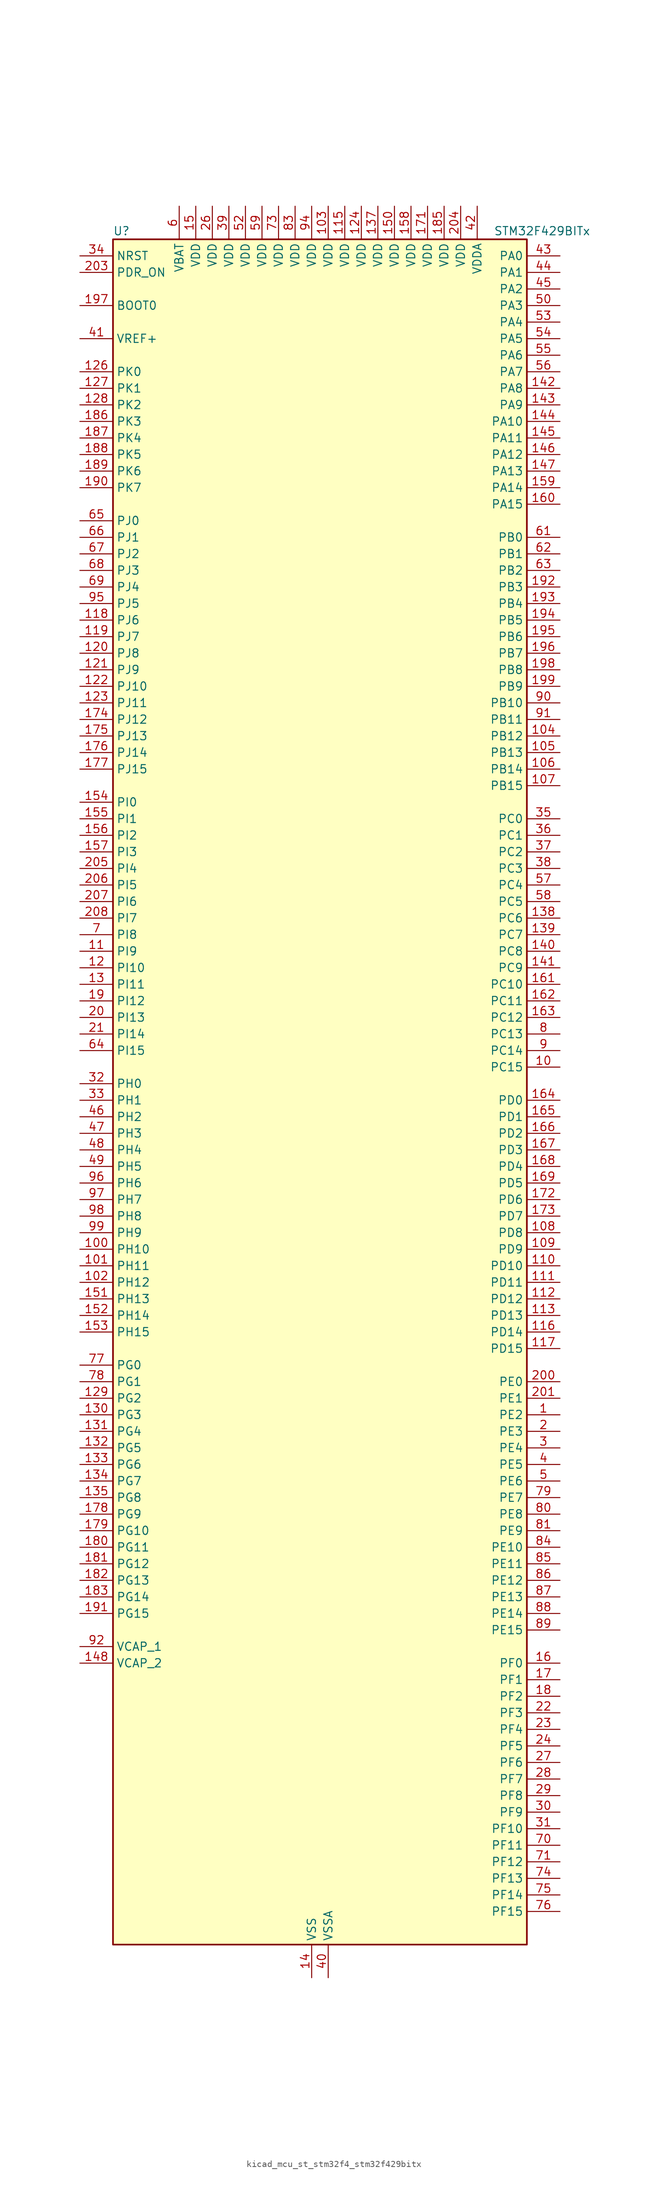
<source format=kicad_sym>
(kicad_symbol_lib
  (version 20220914)
  (generator kicad_symbol_editor)
  (symbol "kicad_mcu_st_stm32f4_stm32f429bitx"
    (property "Reference" "U"
      (at -30.48 133.35 0)
      (effects (font (size 1.27 1.27)) (justify left)))
    (property "Value" "STM32F429BITx"
      (at 27.94 133.35 0)
      (effects (font (size 1.27 1.27)) (justify left)))
    (property "ki_locked" ""
      (at 0 0 0)
      (effects (font (size 1.27 1.27))))
    (symbol "kicad_mcu_st_stm32f4_stm32f429bitx_0_1"
      (rectangle (start -30.48 -129.54) (end 33.02 132.08) (stroke (width 0.254) (type default)) (fill (type background))))
    (symbol "kicad_mcu_st_stm32f4_stm32f429bitx_1_1"
      (pin bidirectional line (at 38.1 -48.26 180) (length 5.08) (name "PE2" (effects (font (size 1.27 1.27)))) (number "1" (effects (font (size 1.27 1.27)))) (alternate "ETH_TXD3" bidirectional line) (alternate "FMC_A23" bidirectional line) (alternate "SAI1_MCLK_A" bidirectional line) (alternate "SPI4_SCK" bidirectional line) (alternate "SYS_TRACECLK" bidirectional line))
      (pin bidirectional line (at 38.1 5.08 180) (length 5.08) (name "PC15" (effects (font (size 1.27 1.27)))) (number "10" (effects (font (size 1.27 1.27)))) (alternate "ADC1_EXTI15" bidirectional line) (alternate "ADC2_EXTI15" bidirectional line) (alternate "ADC3_EXTI15" bidirectional line) (alternate "RCC_OSC32_OUT" bidirectional line))
      (pin bidirectional line (at -35.56 -22.86 0) (length 5.08) (name "PH10" (effects (font (size 1.27 1.27)))) (number "100" (effects (font (size 1.27 1.27)))) (alternate "DCMI_D1" bidirectional line) (alternate "FMC_D18" bidirectional line) (alternate "LTDC_R4" bidirectional line) (alternate "TIM5_CH1" bidirectional line))
      (pin bidirectional line (at -35.56 -25.4 0) (length 5.08) (name "PH11" (effects (font (size 1.27 1.27)))) (number "101" (effects (font (size 1.27 1.27)))) (alternate "ADC1_EXTI11" bidirectional line) (alternate "ADC2_EXTI11" bidirectional line) (alternate "ADC3_EXTI11" bidirectional line) (alternate "DCMI_D2" bidirectional line) (alternate "FMC_D19" bidirectional line) (alternate "LTDC_R5" bidirectional line) (alternate "TIM5_CH2" bidirectional line))
      (pin bidirectional line (at -35.56 -27.94 0) (length 5.08) (name "PH12" (effects (font (size 1.27 1.27)))) (number "102" (effects (font (size 1.27 1.27)))) (alternate "DCMI_D3" bidirectional line) (alternate "FMC_D20" bidirectional line) (alternate "LTDC_R6" bidirectional line) (alternate "TIM5_CH3" bidirectional line))
      (pin power_in line (at 2.54 137.16 270) (length 5.08) (name "VDD" (effects (font (size 1.27 1.27)))) (number "103" (effects (font (size 1.27 1.27)))))
      (pin bidirectional line (at 38.1 55.88 180) (length 5.08) (name "PB12" (effects (font (size 1.27 1.27)))) (number "104" (effects (font (size 1.27 1.27)))) (alternate "CAN2_RX" bidirectional line) (alternate "ETH_TXD0" bidirectional line) (alternate "I2C2_SMBA" bidirectional line) (alternate "I2S2_WS" bidirectional line) (alternate "SPI2_NSS" bidirectional line) (alternate "TIM1_BKIN" bidirectional line) (alternate "USART3_CK" bidirectional line) (alternate "USB_OTG_HS_ID" bidirectional line) (alternate "USB_OTG_HS_ULPI_D5" bidirectional line))
      (pin bidirectional line (at 38.1 53.34 180) (length 5.08) (name "PB13" (effects (font (size 1.27 1.27)))) (number "105" (effects (font (size 1.27 1.27)))) (alternate "CAN2_TX" bidirectional line) (alternate "ETH_TXD1" bidirectional line) (alternate "I2S2_CK" bidirectional line) (alternate "SPI2_SCK" bidirectional line) (alternate "TIM1_CH1N" bidirectional line) (alternate "USART3_CTS" bidirectional line) (alternate "USB_OTG_HS_ULPI_D6" bidirectional line) (alternate "USB_OTG_HS_VBUS" bidirectional line))
      (pin bidirectional line (at 38.1 50.8 180) (length 5.08) (name "PB14" (effects (font (size 1.27 1.27)))) (number "106" (effects (font (size 1.27 1.27)))) (alternate "I2S2_ext_SD" bidirectional line) (alternate "SPI2_MISO" bidirectional line) (alternate "TIM12_CH1" bidirectional line) (alternate "TIM1_CH2N" bidirectional line) (alternate "TIM8_CH2N" bidirectional line) (alternate "USART3_RTS" bidirectional line) (alternate "USB_OTG_HS_DM" bidirectional line))
      (pin bidirectional line (at 38.1 48.26 180) (length 5.08) (name "PB15" (effects (font (size 1.27 1.27)))) (number "107" (effects (font (size 1.27 1.27)))) (alternate "ADC1_EXTI15" bidirectional line) (alternate "ADC2_EXTI15" bidirectional line) (alternate "ADC3_EXTI15" bidirectional line) (alternate "I2S2_SD" bidirectional line) (alternate "RTC_REFIN" bidirectional line) (alternate "SPI2_MOSI" bidirectional line) (alternate "TIM12_CH2" bidirectional line) (alternate "TIM1_CH3N" bidirectional line) (alternate "TIM8_CH3N" bidirectional line) (alternate "USB_OTG_HS_DP" bidirectional line))
      (pin bidirectional line (at 38.1 -20.32 180) (length 5.08) (name "PD8" (effects (font (size 1.27 1.27)))) (number "108" (effects (font (size 1.27 1.27)))) (alternate "FMC_D13" bidirectional line) (alternate "FMC_DA13" bidirectional line) (alternate "USART3_TX" bidirectional line))
      (pin bidirectional line (at 38.1 -22.86 180) (length 5.08) (name "PD9" (effects (font (size 1.27 1.27)))) (number "109" (effects (font (size 1.27 1.27)))) (alternate "DAC_EXTI9" bidirectional line) (alternate "FMC_D14" bidirectional line) (alternate "FMC_DA14" bidirectional line) (alternate "USART3_RX" bidirectional line))
      (pin bidirectional line (at -35.56 22.86 0) (length 5.08) (name "PI9" (effects (font (size 1.27 1.27)))) (number "11" (effects (font (size 1.27 1.27)))) (alternate "CAN1_RX" bidirectional line) (alternate "DAC_EXTI9" bidirectional line) (alternate "FMC_D30" bidirectional line) (alternate "LTDC_VSYNC" bidirectional line))
      (pin bidirectional line (at 38.1 -25.4 180) (length 5.08) (name "PD10" (effects (font (size 1.27 1.27)))) (number "110" (effects (font (size 1.27 1.27)))) (alternate "FMC_D15" bidirectional line) (alternate "FMC_DA15" bidirectional line) (alternate "LTDC_B3" bidirectional line) (alternate "USART3_CK" bidirectional line))
      (pin bidirectional line (at 38.1 -27.94 180) (length 5.08) (name "PD11" (effects (font (size 1.27 1.27)))) (number "111" (effects (font (size 1.27 1.27)))) (alternate "ADC1_EXTI11" bidirectional line) (alternate "ADC2_EXTI11" bidirectional line) (alternate "ADC3_EXTI11" bidirectional line) (alternate "FMC_A16" bidirectional line) (alternate "FMC_CLE" bidirectional line) (alternate "USART3_CTS" bidirectional line))
      (pin bidirectional line (at 38.1 -30.48 180) (length 5.08) (name "PD12" (effects (font (size 1.27 1.27)))) (number "112" (effects (font (size 1.27 1.27)))) (alternate "FMC_A17" bidirectional line) (alternate "FMC_ALE" bidirectional line) (alternate "TIM4_CH1" bidirectional line) (alternate "USART3_RTS" bidirectional line))
      (pin bidirectional line (at 38.1 -33.02 180) (length 5.08) (name "PD13" (effects (font (size 1.27 1.27)))) (number "113" (effects (font (size 1.27 1.27)))) (alternate "FMC_A18" bidirectional line) (alternate "TIM4_CH2" bidirectional line))
      (pin passive line (at 0 -134.62 90) (length 5.08) hide (name "VSS" (effects (font (size 1.27 1.27)))) (number "114" (effects (font (size 1.27 1.27)))))
      (pin power_in line (at 5.08 137.16 270) (length 5.08) (name "VDD" (effects (font (size 1.27 1.27)))) (number "115" (effects (font (size 1.27 1.27)))))
      (pin bidirectional line (at 38.1 -35.56 180) (length 5.08) (name "PD14" (effects (font (size 1.27 1.27)))) (number "116" (effects (font (size 1.27 1.27)))) (alternate "FMC_D0" bidirectional line) (alternate "FMC_DA0" bidirectional line) (alternate "TIM4_CH3" bidirectional line))
      (pin bidirectional line (at 38.1 -38.1 180) (length 5.08) (name "PD15" (effects (font (size 1.27 1.27)))) (number "117" (effects (font (size 1.27 1.27)))) (alternate "ADC1_EXTI15" bidirectional line) (alternate "ADC2_EXTI15" bidirectional line) (alternate "ADC3_EXTI15" bidirectional line) (alternate "FMC_D1" bidirectional line) (alternate "FMC_DA1" bidirectional line) (alternate "TIM4_CH4" bidirectional line))
      (pin bidirectional line (at -35.56 73.66 0) (length 5.08) (name "PJ6" (effects (font (size 1.27 1.27)))) (number "118" (effects (font (size 1.27 1.27)))) (alternate "LTDC_R7" bidirectional line))
      (pin bidirectional line (at -35.56 71.12 0) (length 5.08) (name "PJ7" (effects (font (size 1.27 1.27)))) (number "119" (effects (font (size 1.27 1.27)))) (alternate "LTDC_G0" bidirectional line))
      (pin bidirectional line (at -35.56 20.32 0) (length 5.08) (name "PI10" (effects (font (size 1.27 1.27)))) (number "12" (effects (font (size 1.27 1.27)))) (alternate "ETH_RX_ER" bidirectional line) (alternate "FMC_D31" bidirectional line) (alternate "LTDC_HSYNC" bidirectional line))
      (pin bidirectional line (at -35.56 68.58 0) (length 5.08) (name "PJ8" (effects (font (size 1.27 1.27)))) (number "120" (effects (font (size 1.27 1.27)))) (alternate "LTDC_G1" bidirectional line))
      (pin bidirectional line (at -35.56 66.04 0) (length 5.08) (name "PJ9" (effects (font (size 1.27 1.27)))) (number "121" (effects (font (size 1.27 1.27)))) (alternate "DAC_EXTI9" bidirectional line) (alternate "LTDC_G2" bidirectional line))
      (pin bidirectional line (at -35.56 63.5 0) (length 5.08) (name "PJ10" (effects (font (size 1.27 1.27)))) (number "122" (effects (font (size 1.27 1.27)))) (alternate "LTDC_G3" bidirectional line))
      (pin bidirectional line (at -35.56 60.96 0) (length 5.08) (name "PJ11" (effects (font (size 1.27 1.27)))) (number "123" (effects (font (size 1.27 1.27)))) (alternate "ADC1_EXTI11" bidirectional line) (alternate "ADC2_EXTI11" bidirectional line) (alternate "ADC3_EXTI11" bidirectional line) (alternate "LTDC_G4" bidirectional line))
      (pin power_in line (at 7.62 137.16 270) (length 5.08) (name "VDD" (effects (font (size 1.27 1.27)))) (number "124" (effects (font (size 1.27 1.27)))))
      (pin passive line (at 0 -134.62 90) (length 5.08) hide (name "VSS" (effects (font (size 1.27 1.27)))) (number "125" (effects (font (size 1.27 1.27)))))
      (pin bidirectional line (at -35.56 111.76 0) (length 5.08) (name "PK0" (effects (font (size 1.27 1.27)))) (number "126" (effects (font (size 1.27 1.27)))) (alternate "LTDC_G5" bidirectional line))
      (pin bidirectional line (at -35.56 109.22 0) (length 5.08) (name "PK1" (effects (font (size 1.27 1.27)))) (number "127" (effects (font (size 1.27 1.27)))) (alternate "LTDC_G6" bidirectional line))
      (pin bidirectional line (at -35.56 106.68 0) (length 5.08) (name "PK2" (effects (font (size 1.27 1.27)))) (number "128" (effects (font (size 1.27 1.27)))) (alternate "LTDC_G7" bidirectional line))
      (pin bidirectional line (at -35.56 -45.72 0) (length 5.08) (name "PG2" (effects (font (size 1.27 1.27)))) (number "129" (effects (font (size 1.27 1.27)))) (alternate "FMC_A12" bidirectional line))
      (pin bidirectional line (at -35.56 17.78 0) (length 5.08) (name "PI11" (effects (font (size 1.27 1.27)))) (number "13" (effects (font (size 1.27 1.27)))) (alternate "ADC1_EXTI11" bidirectional line) (alternate "ADC2_EXTI11" bidirectional line) (alternate "ADC3_EXTI11" bidirectional line) (alternate "USB_OTG_HS_ULPI_DIR" bidirectional line))
      (pin bidirectional line (at -35.56 -48.26 0) (length 5.08) (name "PG3" (effects (font (size 1.27 1.27)))) (number "130" (effects (font (size 1.27 1.27)))) (alternate "FMC_A13" bidirectional line))
      (pin bidirectional line (at -35.56 -50.8 0) (length 5.08) (name "PG4" (effects (font (size 1.27 1.27)))) (number "131" (effects (font (size 1.27 1.27)))) (alternate "FMC_A14" bidirectional line) (alternate "FMC_BA0" bidirectional line))
      (pin bidirectional line (at -35.56 -53.34 0) (length 5.08) (name "PG5" (effects (font (size 1.27 1.27)))) (number "132" (effects (font (size 1.27 1.27)))) (alternate "FMC_A15" bidirectional line) (alternate "FMC_BA1" bidirectional line))
      (pin bidirectional line (at -35.56 -55.88 0) (length 5.08) (name "PG6" (effects (font (size 1.27 1.27)))) (number "133" (effects (font (size 1.27 1.27)))) (alternate "DCMI_D12" bidirectional line) (alternate "FMC_INT2" bidirectional line) (alternate "LTDC_R7" bidirectional line))
      (pin bidirectional line (at -35.56 -58.42 0) (length 5.08) (name "PG7" (effects (font (size 1.27 1.27)))) (number "134" (effects (font (size 1.27 1.27)))) (alternate "DCMI_D13" bidirectional line) (alternate "FMC_INT3" bidirectional line) (alternate "LTDC_CLK" bidirectional line) (alternate "USART6_CK" bidirectional line))
      (pin bidirectional line (at -35.56 -60.96 0) (length 5.08) (name "PG8" (effects (font (size 1.27 1.27)))) (number "135" (effects (font (size 1.27 1.27)))) (alternate "ETH_PPS_OUT" bidirectional line) (alternate "FMC_SDCLK" bidirectional line) (alternate "SPI6_NSS" bidirectional line) (alternate "USART6_RTS" bidirectional line))
      (pin passive line (at 0 -134.62 90) (length 5.08) hide (name "VSS" (effects (font (size 1.27 1.27)))) (number "136" (effects (font (size 1.27 1.27)))))
      (pin power_in line (at 10.16 137.16 270) (length 5.08) (name "VDD" (effects (font (size 1.27 1.27)))) (number "137" (effects (font (size 1.27 1.27)))))
      (pin bidirectional line (at 38.1 27.94 180) (length 5.08) (name "PC6" (effects (font (size 1.27 1.27)))) (number "138" (effects (font (size 1.27 1.27)))) (alternate "DCMI_D0" bidirectional line) (alternate "I2S2_MCK" bidirectional line) (alternate "LTDC_HSYNC" bidirectional line) (alternate "SDIO_D6" bidirectional line) (alternate "TIM3_CH1" bidirectional line) (alternate "TIM8_CH1" bidirectional line) (alternate "USART6_TX" bidirectional line))
      (pin bidirectional line (at 38.1 25.4 180) (length 5.08) (name "PC7" (effects (font (size 1.27 1.27)))) (number "139" (effects (font (size 1.27 1.27)))) (alternate "DCMI_D1" bidirectional line) (alternate "I2S3_MCK" bidirectional line) (alternate "LTDC_G6" bidirectional line) (alternate "SDIO_D7" bidirectional line) (alternate "TIM3_CH2" bidirectional line) (alternate "TIM8_CH2" bidirectional line) (alternate "USART6_RX" bidirectional line))
      (pin power_in line (at 0 -134.62 90) (length 5.08) (name "VSS" (effects (font (size 1.27 1.27)))) (number "14" (effects (font (size 1.27 1.27)))))
      (pin bidirectional line (at 38.1 22.86 180) (length 5.08) (name "PC8" (effects (font (size 1.27 1.27)))) (number "140" (effects (font (size 1.27 1.27)))) (alternate "DCMI_D2" bidirectional line) (alternate "SDIO_D0" bidirectional line) (alternate "TIM3_CH3" bidirectional line) (alternate "TIM8_CH3" bidirectional line) (alternate "USART6_CK" bidirectional line))
      (pin bidirectional line (at 38.1 20.32 180) (length 5.08) (name "PC9" (effects (font (size 1.27 1.27)))) (number "141" (effects (font (size 1.27 1.27)))) (alternate "DAC_EXTI9" bidirectional line) (alternate "DCMI_D3" bidirectional line) (alternate "I2C3_SDA" bidirectional line) (alternate "I2S_CKIN" bidirectional line) (alternate "RCC_MCO_2" bidirectional line) (alternate "SDIO_D1" bidirectional line) (alternate "TIM3_CH4" bidirectional line) (alternate "TIM8_CH4" bidirectional line))
      (pin bidirectional line (at 38.1 109.22 180) (length 5.08) (name "PA8" (effects (font (size 1.27 1.27)))) (number "142" (effects (font (size 1.27 1.27)))) (alternate "I2C3_SCL" bidirectional line) (alternate "LTDC_R6" bidirectional line) (alternate "RCC_MCO_1" bidirectional line) (alternate "TIM1_CH1" bidirectional line) (alternate "USART1_CK" bidirectional line) (alternate "USB_OTG_FS_SOF" bidirectional line))
      (pin bidirectional line (at 38.1 106.68 180) (length 5.08) (name "PA9" (effects (font (size 1.27 1.27)))) (number "143" (effects (font (size 1.27 1.27)))) (alternate "DAC_EXTI9" bidirectional line) (alternate "DCMI_D0" bidirectional line) (alternate "I2C3_SMBA" bidirectional line) (alternate "TIM1_CH2" bidirectional line) (alternate "USART1_TX" bidirectional line) (alternate "USB_OTG_FS_VBUS" bidirectional line))
      (pin bidirectional line (at 38.1 104.14 180) (length 5.08) (name "PA10" (effects (font (size 1.27 1.27)))) (number "144" (effects (font (size 1.27 1.27)))) (alternate "DCMI_D1" bidirectional line) (alternate "TIM1_CH3" bidirectional line) (alternate "USART1_RX" bidirectional line) (alternate "USB_OTG_FS_ID" bidirectional line))
      (pin bidirectional line (at 38.1 101.6 180) (length 5.08) (name "PA11" (effects (font (size 1.27 1.27)))) (number "145" (effects (font (size 1.27 1.27)))) (alternate "ADC1_EXTI11" bidirectional line) (alternate "ADC2_EXTI11" bidirectional line) (alternate "ADC3_EXTI11" bidirectional line) (alternate "CAN1_RX" bidirectional line) (alternate "LTDC_R4" bidirectional line) (alternate "TIM1_CH4" bidirectional line) (alternate "USART1_CTS" bidirectional line) (alternate "USB_OTG_FS_DM" bidirectional line))
      (pin bidirectional line (at 38.1 99.06 180) (length 5.08) (name "PA12" (effects (font (size 1.27 1.27)))) (number "146" (effects (font (size 1.27 1.27)))) (alternate "CAN1_TX" bidirectional line) (alternate "LTDC_R5" bidirectional line) (alternate "TIM1_ETR" bidirectional line) (alternate "USART1_RTS" bidirectional line) (alternate "USB_OTG_FS_DP" bidirectional line))
      (pin bidirectional line (at 38.1 96.52 180) (length 5.08) (name "PA13" (effects (font (size 1.27 1.27)))) (number "147" (effects (font (size 1.27 1.27)))) (alternate "SYS_JTMS-SWDIO" bidirectional line))
      (pin power_out line (at -35.56 -86.36 0) (length 5.08) (name "VCAP_2" (effects (font (size 1.27 1.27)))) (number "148" (effects (font (size 1.27 1.27)))))
      (pin passive line (at 0 -134.62 90) (length 5.08) hide (name "VSS" (effects (font (size 1.27 1.27)))) (number "149" (effects (font (size 1.27 1.27)))))
      (pin power_in line (at -17.78 137.16 270) (length 5.08) (name "VDD" (effects (font (size 1.27 1.27)))) (number "15" (effects (font (size 1.27 1.27)))))
      (pin power_in line (at 12.7 137.16 270) (length 5.08) (name "VDD" (effects (font (size 1.27 1.27)))) (number "150" (effects (font (size 1.27 1.27)))))
      (pin bidirectional line (at -35.56 -30.48 0) (length 5.08) (name "PH13" (effects (font (size 1.27 1.27)))) (number "151" (effects (font (size 1.27 1.27)))) (alternate "CAN1_TX" bidirectional line) (alternate "FMC_D21" bidirectional line) (alternate "LTDC_G2" bidirectional line) (alternate "TIM8_CH1N" bidirectional line))
      (pin bidirectional line (at -35.56 -33.02 0) (length 5.08) (name "PH14" (effects (font (size 1.27 1.27)))) (number "152" (effects (font (size 1.27 1.27)))) (alternate "DCMI_D4" bidirectional line) (alternate "FMC_D22" bidirectional line) (alternate "LTDC_G3" bidirectional line) (alternate "TIM8_CH2N" bidirectional line))
      (pin bidirectional line (at -35.56 -35.56 0) (length 5.08) (name "PH15" (effects (font (size 1.27 1.27)))) (number "153" (effects (font (size 1.27 1.27)))) (alternate "ADC1_EXTI15" bidirectional line) (alternate "ADC2_EXTI15" bidirectional line) (alternate "ADC3_EXTI15" bidirectional line) (alternate "DCMI_D11" bidirectional line) (alternate "FMC_D23" bidirectional line) (alternate "LTDC_G4" bidirectional line) (alternate "TIM8_CH3N" bidirectional line))
      (pin bidirectional line (at -35.56 45.72 0) (length 5.08) (name "PI0" (effects (font (size 1.27 1.27)))) (number "154" (effects (font (size 1.27 1.27)))) (alternate "DCMI_D13" bidirectional line) (alternate "FMC_D24" bidirectional line) (alternate "I2S2_WS" bidirectional line) (alternate "LTDC_G5" bidirectional line) (alternate "SPI2_NSS" bidirectional line) (alternate "TIM5_CH4" bidirectional line))
      (pin bidirectional line (at -35.56 43.18 0) (length 5.08) (name "PI1" (effects (font (size 1.27 1.27)))) (number "155" (effects (font (size 1.27 1.27)))) (alternate "DCMI_D8" bidirectional line) (alternate "FMC_D25" bidirectional line) (alternate "I2S2_CK" bidirectional line) (alternate "LTDC_G6" bidirectional line) (alternate "SPI2_SCK" bidirectional line))
      (pin bidirectional line (at -35.56 40.64 0) (length 5.08) (name "PI2" (effects (font (size 1.27 1.27)))) (number "156" (effects (font (size 1.27 1.27)))) (alternate "DCMI_D9" bidirectional line) (alternate "FMC_D26" bidirectional line) (alternate "I2S2_ext_SD" bidirectional line) (alternate "LTDC_G7" bidirectional line) (alternate "SPI2_MISO" bidirectional line) (alternate "TIM8_CH4" bidirectional line))
      (pin bidirectional line (at -35.56 38.1 0) (length 5.08) (name "PI3" (effects (font (size 1.27 1.27)))) (number "157" (effects (font (size 1.27 1.27)))) (alternate "DCMI_D10" bidirectional line) (alternate "FMC_D27" bidirectional line) (alternate "I2S2_SD" bidirectional line) (alternate "SPI2_MOSI" bidirectional line) (alternate "TIM8_ETR" bidirectional line))
      (pin power_in line (at 15.24 137.16 270) (length 5.08) (name "VDD" (effects (font (size 1.27 1.27)))) (number "158" (effects (font (size 1.27 1.27)))))
      (pin bidirectional line (at 38.1 93.98 180) (length 5.08) (name "PA14" (effects (font (size 1.27 1.27)))) (number "159" (effects (font (size 1.27 1.27)))) (alternate "SYS_JTCK-SWCLK" bidirectional line))
      (pin bidirectional line (at 38.1 -86.36 180) (length 5.08) (name "PF0" (effects (font (size 1.27 1.27)))) (number "16" (effects (font (size 1.27 1.27)))) (alternate "FMC_A0" bidirectional line) (alternate "I2C2_SDA" bidirectional line))
      (pin bidirectional line (at 38.1 91.44 180) (length 5.08) (name "PA15" (effects (font (size 1.27 1.27)))) (number "160" (effects (font (size 1.27 1.27)))) (alternate "ADC1_EXTI15" bidirectional line) (alternate "ADC2_EXTI15" bidirectional line) (alternate "ADC3_EXTI15" bidirectional line) (alternate "I2S3_WS" bidirectional line) (alternate "SPI1_NSS" bidirectional line) (alternate "SPI3_NSS" bidirectional line) (alternate "SYS_JTDI" bidirectional line) (alternate "TIM2_CH1" bidirectional line) (alternate "TIM2_ETR" bidirectional line))
      (pin bidirectional line (at 38.1 17.78 180) (length 5.08) (name "PC10" (effects (font (size 1.27 1.27)))) (number "161" (effects (font (size 1.27 1.27)))) (alternate "DCMI_D8" bidirectional line) (alternate "I2S3_CK" bidirectional line) (alternate "LTDC_R2" bidirectional line) (alternate "SDIO_D2" bidirectional line) (alternate "SPI3_SCK" bidirectional line) (alternate "UART4_TX" bidirectional line) (alternate "USART3_TX" bidirectional line))
      (pin bidirectional line (at 38.1 15.24 180) (length 5.08) (name "PC11" (effects (font (size 1.27 1.27)))) (number "162" (effects (font (size 1.27 1.27)))) (alternate "ADC1_EXTI11" bidirectional line) (alternate "ADC2_EXTI11" bidirectional line) (alternate "ADC3_EXTI11" bidirectional line) (alternate "DCMI_D4" bidirectional line) (alternate "I2S3_ext_SD" bidirectional line) (alternate "SDIO_D3" bidirectional line) (alternate "SPI3_MISO" bidirectional line) (alternate "UART4_RX" bidirectional line) (alternate "USART3_RX" bidirectional line))
      (pin bidirectional line (at 38.1 12.7 180) (length 5.08) (name "PC12" (effects (font (size 1.27 1.27)))) (number "163" (effects (font (size 1.27 1.27)))) (alternate "DCMI_D9" bidirectional line) (alternate "I2S3_SD" bidirectional line) (alternate "SDIO_CK" bidirectional line) (alternate "SPI3_MOSI" bidirectional line) (alternate "UART5_TX" bidirectional line) (alternate "USART3_CK" bidirectional line))
      (pin bidirectional line (at 38.1 0 180) (length 5.08) (name "PD0" (effects (font (size 1.27 1.27)))) (number "164" (effects (font (size 1.27 1.27)))) (alternate "CAN1_RX" bidirectional line) (alternate "FMC_D2" bidirectional line) (alternate "FMC_DA2" bidirectional line))
      (pin bidirectional line (at 38.1 -2.54 180) (length 5.08) (name "PD1" (effects (font (size 1.27 1.27)))) (number "165" (effects (font (size 1.27 1.27)))) (alternate "CAN1_TX" bidirectional line) (alternate "FMC_D3" bidirectional line) (alternate "FMC_DA3" bidirectional line))
      (pin bidirectional line (at 38.1 -5.08 180) (length 5.08) (name "PD2" (effects (font (size 1.27 1.27)))) (number "166" (effects (font (size 1.27 1.27)))) (alternate "DCMI_D11" bidirectional line) (alternate "SDIO_CMD" bidirectional line) (alternate "TIM3_ETR" bidirectional line) (alternate "UART5_RX" bidirectional line))
      (pin bidirectional line (at 38.1 -7.62 180) (length 5.08) (name "PD3" (effects (font (size 1.27 1.27)))) (number "167" (effects (font (size 1.27 1.27)))) (alternate "DCMI_D5" bidirectional line) (alternate "FMC_CLK" bidirectional line) (alternate "I2S2_CK" bidirectional line) (alternate "LTDC_G7" bidirectional line) (alternate "SPI2_SCK" bidirectional line) (alternate "USART2_CTS" bidirectional line))
      (pin bidirectional line (at 38.1 -10.16 180) (length 5.08) (name "PD4" (effects (font (size 1.27 1.27)))) (number "168" (effects (font (size 1.27 1.27)))) (alternate "FMC_NOE" bidirectional line) (alternate "USART2_RTS" bidirectional line))
      (pin bidirectional line (at 38.1 -12.7 180) (length 5.08) (name "PD5" (effects (font (size 1.27 1.27)))) (number "169" (effects (font (size 1.27 1.27)))) (alternate "FMC_NWE" bidirectional line) (alternate "USART2_TX" bidirectional line))
      (pin bidirectional line (at 38.1 -88.9 180) (length 5.08) (name "PF1" (effects (font (size 1.27 1.27)))) (number "17" (effects (font (size 1.27 1.27)))) (alternate "FMC_A1" bidirectional line) (alternate "I2C2_SCL" bidirectional line))
      (pin passive line (at 0 -134.62 90) (length 5.08) hide (name "VSS" (effects (font (size 1.27 1.27)))) (number "170" (effects (font (size 1.27 1.27)))))
      (pin power_in line (at 17.78 137.16 270) (length 5.08) (name "VDD" (effects (font (size 1.27 1.27)))) (number "171" (effects (font (size 1.27 1.27)))))
      (pin bidirectional line (at 38.1 -15.24 180) (length 5.08) (name "PD6" (effects (font (size 1.27 1.27)))) (number "172" (effects (font (size 1.27 1.27)))) (alternate "DCMI_D10" bidirectional line) (alternate "FMC_NWAIT" bidirectional line) (alternate "I2S3_SD" bidirectional line) (alternate "LTDC_B2" bidirectional line) (alternate "SAI1_SD_A" bidirectional line) (alternate "SPI3_MOSI" bidirectional line) (alternate "USART2_RX" bidirectional line))
      (pin bidirectional line (at 38.1 -17.78 180) (length 5.08) (name "PD7" (effects (font (size 1.27 1.27)))) (number "173" (effects (font (size 1.27 1.27)))) (alternate "FMC_NCE2" bidirectional line) (alternate "FMC_NE1" bidirectional line) (alternate "USART2_CK" bidirectional line))
      (pin bidirectional line (at -35.56 58.42 0) (length 5.08) (name "PJ12" (effects (font (size 1.27 1.27)))) (number "174" (effects (font (size 1.27 1.27)))) (alternate "LTDC_B0" bidirectional line))
      (pin bidirectional line (at -35.56 55.88 0) (length 5.08) (name "PJ13" (effects (font (size 1.27 1.27)))) (number "175" (effects (font (size 1.27 1.27)))) (alternate "LTDC_B1" bidirectional line))
      (pin bidirectional line (at -35.56 53.34 0) (length 5.08) (name "PJ14" (effects (font (size 1.27 1.27)))) (number "176" (effects (font (size 1.27 1.27)))) (alternate "LTDC_B2" bidirectional line))
      (pin bidirectional line (at -35.56 50.8 0) (length 5.08) (name "PJ15" (effects (font (size 1.27 1.27)))) (number "177" (effects (font (size 1.27 1.27)))) (alternate "ADC1_EXTI15" bidirectional line) (alternate "ADC2_EXTI15" bidirectional line) (alternate "ADC3_EXTI15" bidirectional line) (alternate "LTDC_B3" bidirectional line))
      (pin bidirectional line (at -35.56 -63.5 0) (length 5.08) (name "PG9" (effects (font (size 1.27 1.27)))) (number "178" (effects (font (size 1.27 1.27)))) (alternate "DAC_EXTI9" bidirectional line) (alternate "DCMI_VSYNC" bidirectional line) (alternate "FMC_NCE3" bidirectional line) (alternate "FMC_NE2" bidirectional line) (alternate "USART6_RX" bidirectional line))
      (pin bidirectional line (at -35.56 -66.04 0) (length 5.08) (name "PG10" (effects (font (size 1.27 1.27)))) (number "179" (effects (font (size 1.27 1.27)))) (alternate "DCMI_D2" bidirectional line) (alternate "FMC_NCE4_1" bidirectional line) (alternate "FMC_NE3" bidirectional line) (alternate "LTDC_B2" bidirectional line) (alternate "LTDC_G3" bidirectional line))
      (pin bidirectional line (at 38.1 -91.44 180) (length 5.08) (name "PF2" (effects (font (size 1.27 1.27)))) (number "18" (effects (font (size 1.27 1.27)))) (alternate "FMC_A2" bidirectional line) (alternate "I2C2_SMBA" bidirectional line))
      (pin bidirectional line (at -35.56 -68.58 0) (length 5.08) (name "PG11" (effects (font (size 1.27 1.27)))) (number "180" (effects (font (size 1.27 1.27)))) (alternate "ADC1_EXTI11" bidirectional line) (alternate "ADC2_EXTI11" bidirectional line) (alternate "ADC3_EXTI11" bidirectional line) (alternate "DCMI_D3" bidirectional line) (alternate "ETH_TX_EN" bidirectional line) (alternate "FMC_NCE4_2" bidirectional line) (alternate "LTDC_B3" bidirectional line))
      (pin bidirectional line (at -35.56 -71.12 0) (length 5.08) (name "PG12" (effects (font (size 1.27 1.27)))) (number "181" (effects (font (size 1.27 1.27)))) (alternate "FMC_NE4" bidirectional line) (alternate "LTDC_B1" bidirectional line) (alternate "LTDC_B4" bidirectional line) (alternate "SPI6_MISO" bidirectional line) (alternate "USART6_RTS" bidirectional line))
      (pin bidirectional line (at -35.56 -73.66 0) (length 5.08) (name "PG13" (effects (font (size 1.27 1.27)))) (number "182" (effects (font (size 1.27 1.27)))) (alternate "ETH_TXD0" bidirectional line) (alternate "FMC_A24" bidirectional line) (alternate "SPI6_SCK" bidirectional line) (alternate "USART6_CTS" bidirectional line))
      (pin bidirectional line (at -35.56 -76.2 0) (length 5.08) (name "PG14" (effects (font (size 1.27 1.27)))) (number "183" (effects (font (size 1.27 1.27)))) (alternate "ETH_TXD1" bidirectional line) (alternate "FMC_A25" bidirectional line) (alternate "SPI6_MOSI" bidirectional line) (alternate "USART6_TX" bidirectional line))
      (pin passive line (at 0 -134.62 90) (length 5.08) hide (name "VSS" (effects (font (size 1.27 1.27)))) (number "184" (effects (font (size 1.27 1.27)))))
      (pin power_in line (at 20.32 137.16 270) (length 5.08) (name "VDD" (effects (font (size 1.27 1.27)))) (number "185" (effects (font (size 1.27 1.27)))))
      (pin bidirectional line (at -35.56 104.14 0) (length 5.08) (name "PK3" (effects (font (size 1.27 1.27)))) (number "186" (effects (font (size 1.27 1.27)))) (alternate "LTDC_B4" bidirectional line))
      (pin bidirectional line (at -35.56 101.6 0) (length 5.08) (name "PK4" (effects (font (size 1.27 1.27)))) (number "187" (effects (font (size 1.27 1.27)))) (alternate "LTDC_B5" bidirectional line))
      (pin bidirectional line (at -35.56 99.06 0) (length 5.08) (name "PK5" (effects (font (size 1.27 1.27)))) (number "188" (effects (font (size 1.27 1.27)))) (alternate "LTDC_B6" bidirectional line))
      (pin bidirectional line (at -35.56 96.52 0) (length 5.08) (name "PK6" (effects (font (size 1.27 1.27)))) (number "189" (effects (font (size 1.27 1.27)))) (alternate "LTDC_B7" bidirectional line))
      (pin bidirectional line (at -35.56 15.24 0) (length 5.08) (name "PI12" (effects (font (size 1.27 1.27)))) (number "19" (effects (font (size 1.27 1.27)))) (alternate "LTDC_HSYNC" bidirectional line))
      (pin bidirectional line (at -35.56 93.98 0) (length 5.08) (name "PK7" (effects (font (size 1.27 1.27)))) (number "190" (effects (font (size 1.27 1.27)))) (alternate "LTDC_DE" bidirectional line))
      (pin bidirectional line (at -35.56 -78.74 0) (length 5.08) (name "PG15" (effects (font (size 1.27 1.27)))) (number "191" (effects (font (size 1.27 1.27)))) (alternate "ADC1_EXTI15" bidirectional line) (alternate "ADC2_EXTI15" bidirectional line) (alternate "ADC3_EXTI15" bidirectional line) (alternate "DCMI_D13" bidirectional line) (alternate "FMC_SDNCAS" bidirectional line) (alternate "USART6_CTS" bidirectional line))
      (pin bidirectional line (at 38.1 78.74 180) (length 5.08) (name "PB3" (effects (font (size 1.27 1.27)))) (number "192" (effects (font (size 1.27 1.27)))) (alternate "I2S3_CK" bidirectional line) (alternate "SPI1_SCK" bidirectional line) (alternate "SPI3_SCK" bidirectional line) (alternate "SYS_JTDO-SWO" bidirectional line) (alternate "TIM2_CH2" bidirectional line))
      (pin bidirectional line (at 38.1 76.2 180) (length 5.08) (name "PB4" (effects (font (size 1.27 1.27)))) (number "193" (effects (font (size 1.27 1.27)))) (alternate "I2S3_ext_SD" bidirectional line) (alternate "SPI1_MISO" bidirectional line) (alternate "SPI3_MISO" bidirectional line) (alternate "SYS_JTRST" bidirectional line) (alternate "TIM3_CH1" bidirectional line))
      (pin bidirectional line (at 38.1 73.66 180) (length 5.08) (name "PB5" (effects (font (size 1.27 1.27)))) (number "194" (effects (font (size 1.27 1.27)))) (alternate "CAN2_RX" bidirectional line) (alternate "DCMI_D10" bidirectional line) (alternate "ETH_PPS_OUT" bidirectional line) (alternate "FMC_SDCKE1" bidirectional line) (alternate "I2C1_SMBA" bidirectional line) (alternate "I2S3_SD" bidirectional line) (alternate "SPI1_MOSI" bidirectional line) (alternate "SPI3_MOSI" bidirectional line) (alternate "TIM3_CH2" bidirectional line) (alternate "USB_OTG_HS_ULPI_D7" bidirectional line))
      (pin bidirectional line (at 38.1 71.12 180) (length 5.08) (name "PB6" (effects (font (size 1.27 1.27)))) (number "195" (effects (font (size 1.27 1.27)))) (alternate "CAN2_TX" bidirectional line) (alternate "DCMI_D5" bidirectional line) (alternate "FMC_SDNE1" bidirectional line) (alternate "I2C1_SCL" bidirectional line) (alternate "TIM4_CH1" bidirectional line) (alternate "USART1_TX" bidirectional line))
      (pin bidirectional line (at 38.1 68.58 180) (length 5.08) (name "PB7" (effects (font (size 1.27 1.27)))) (number "196" (effects (font (size 1.27 1.27)))) (alternate "DCMI_VSYNC" bidirectional line) (alternate "FMC_NL" bidirectional line) (alternate "I2C1_SDA" bidirectional line) (alternate "TIM4_CH2" bidirectional line) (alternate "USART1_RX" bidirectional line))
      (pin input line (at -35.56 121.92 0) (length 5.08) (name "BOOT0" (effects (font (size 1.27 1.27)))) (number "197" (effects (font (size 1.27 1.27)))))
      (pin bidirectional line (at 38.1 66.04 180) (length 5.08) (name "PB8" (effects (font (size 1.27 1.27)))) (number "198" (effects (font (size 1.27 1.27)))) (alternate "CAN1_RX" bidirectional line) (alternate "DCMI_D6" bidirectional line) (alternate "ETH_TXD3" bidirectional line) (alternate "I2C1_SCL" bidirectional line) (alternate "LTDC_B6" bidirectional line) (alternate "SDIO_D4" bidirectional line) (alternate "TIM10_CH1" bidirectional line) (alternate "TIM4_CH3" bidirectional line))
      (pin bidirectional line (at 38.1 63.5 180) (length 5.08) (name "PB9" (effects (font (size 1.27 1.27)))) (number "199" (effects (font (size 1.27 1.27)))) (alternate "CAN1_TX" bidirectional line) (alternate "DAC_EXTI9" bidirectional line) (alternate "DCMI_D7" bidirectional line) (alternate "I2C1_SDA" bidirectional line) (alternate "I2S2_WS" bidirectional line) (alternate "LTDC_B7" bidirectional line) (alternate "SDIO_D5" bidirectional line) (alternate "SPI2_NSS" bidirectional line) (alternate "TIM11_CH1" bidirectional line) (alternate "TIM4_CH4" bidirectional line))
      (pin bidirectional line (at 38.1 -50.8 180) (length 5.08) (name "PE3" (effects (font (size 1.27 1.27)))) (number "2" (effects (font (size 1.27 1.27)))) (alternate "FMC_A19" bidirectional line) (alternate "SAI1_SD_B" bidirectional line) (alternate "SYS_TRACED0" bidirectional line))
      (pin bidirectional line (at -35.56 12.7 0) (length 5.08) (name "PI13" (effects (font (size 1.27 1.27)))) (number "20" (effects (font (size 1.27 1.27)))) (alternate "LTDC_VSYNC" bidirectional line))
      (pin bidirectional line (at 38.1 -43.18 180) (length 5.08) (name "PE0" (effects (font (size 1.27 1.27)))) (number "200" (effects (font (size 1.27 1.27)))) (alternate "DCMI_D2" bidirectional line) (alternate "FMC_NBL0" bidirectional line) (alternate "TIM4_ETR" bidirectional line) (alternate "UART8_RX" bidirectional line))
      (pin bidirectional line (at 38.1 -45.72 180) (length 5.08) (name "PE1" (effects (font (size 1.27 1.27)))) (number "201" (effects (font (size 1.27 1.27)))) (alternate "DCMI_D3" bidirectional line) (alternate "FMC_NBL1" bidirectional line) (alternate "UART8_TX" bidirectional line))
      (pin passive line (at 0 -134.62 90) (length 5.08) hide (name "VSS" (effects (font (size 1.27 1.27)))) (number "202" (effects (font (size 1.27 1.27)))))
      (pin input line (at -35.56 127 0) (length 5.08) (name "PDR_ON" (effects (font (size 1.27 1.27)))) (number "203" (effects (font (size 1.27 1.27)))))
      (pin power_in line (at 22.86 137.16 270) (length 5.08) (name "VDD" (effects (font (size 1.27 1.27)))) (number "204" (effects (font (size 1.27 1.27)))))
      (pin bidirectional line (at -35.56 35.56 0) (length 5.08) (name "PI4" (effects (font (size 1.27 1.27)))) (number "205" (effects (font (size 1.27 1.27)))) (alternate "DCMI_D5" bidirectional line) (alternate "FMC_NBL2" bidirectional line) (alternate "LTDC_B4" bidirectional line) (alternate "TIM8_BKIN" bidirectional line))
      (pin bidirectional line (at -35.56 33.02 0) (length 5.08) (name "PI5" (effects (font (size 1.27 1.27)))) (number "206" (effects (font (size 1.27 1.27)))) (alternate "DCMI_VSYNC" bidirectional line) (alternate "FMC_NBL3" bidirectional line) (alternate "LTDC_B5" bidirectional line) (alternate "TIM8_CH1" bidirectional line))
      (pin bidirectional line (at -35.56 30.48 0) (length 5.08) (name "PI6" (effects (font (size 1.27 1.27)))) (number "207" (effects (font (size 1.27 1.27)))) (alternate "DCMI_D6" bidirectional line) (alternate "FMC_D28" bidirectional line) (alternate "LTDC_B6" bidirectional line) (alternate "TIM8_CH2" bidirectional line))
      (pin bidirectional line (at -35.56 27.94 0) (length 5.08) (name "PI7" (effects (font (size 1.27 1.27)))) (number "208" (effects (font (size 1.27 1.27)))) (alternate "DCMI_D7" bidirectional line) (alternate "FMC_D29" bidirectional line) (alternate "LTDC_B7" bidirectional line) (alternate "TIM8_CH3" bidirectional line))
      (pin bidirectional line (at -35.56 10.16 0) (length 5.08) (name "PI14" (effects (font (size 1.27 1.27)))) (number "21" (effects (font (size 1.27 1.27)))) (alternate "LTDC_CLK" bidirectional line))
      (pin bidirectional line (at 38.1 -93.98 180) (length 5.08) (name "PF3" (effects (font (size 1.27 1.27)))) (number "22" (effects (font (size 1.27 1.27)))) (alternate "ADC3_IN9" bidirectional line) (alternate "FMC_A3" bidirectional line))
      (pin bidirectional line (at 38.1 -96.52 180) (length 5.08) (name "PF4" (effects (font (size 1.27 1.27)))) (number "23" (effects (font (size 1.27 1.27)))) (alternate "ADC3_IN14" bidirectional line) (alternate "FMC_A4" bidirectional line))
      (pin bidirectional line (at 38.1 -99.06 180) (length 5.08) (name "PF5" (effects (font (size 1.27 1.27)))) (number "24" (effects (font (size 1.27 1.27)))) (alternate "ADC3_IN15" bidirectional line) (alternate "FMC_A5" bidirectional line))
      (pin passive line (at 0 -134.62 90) (length 5.08) hide (name "VSS" (effects (font (size 1.27 1.27)))) (number "25" (effects (font (size 1.27 1.27)))))
      (pin power_in line (at -15.24 137.16 270) (length 5.08) (name "VDD" (effects (font (size 1.27 1.27)))) (number "26" (effects (font (size 1.27 1.27)))))
      (pin bidirectional line (at 38.1 -101.6 180) (length 5.08) (name "PF6" (effects (font (size 1.27 1.27)))) (number "27" (effects (font (size 1.27 1.27)))) (alternate "ADC3_IN4" bidirectional line) (alternate "FMC_NIORD" bidirectional line) (alternate "SAI1_SD_B" bidirectional line) (alternate "SPI5_NSS" bidirectional line) (alternate "TIM10_CH1" bidirectional line) (alternate "UART7_RX" bidirectional line))
      (pin bidirectional line (at 38.1 -104.14 180) (length 5.08) (name "PF7" (effects (font (size 1.27 1.27)))) (number "28" (effects (font (size 1.27 1.27)))) (alternate "ADC3_IN5" bidirectional line) (alternate "FMC_NREG" bidirectional line) (alternate "SAI1_MCLK_B" bidirectional line) (alternate "SPI5_SCK" bidirectional line) (alternate "TIM11_CH1" bidirectional line) (alternate "UART7_TX" bidirectional line))
      (pin bidirectional line (at 38.1 -106.68 180) (length 5.08) (name "PF8" (effects (font (size 1.27 1.27)))) (number "29" (effects (font (size 1.27 1.27)))) (alternate "ADC3_IN6" bidirectional line) (alternate "FMC_NIOWR" bidirectional line) (alternate "SAI1_SCK_B" bidirectional line) (alternate "SPI5_MISO" bidirectional line) (alternate "TIM13_CH1" bidirectional line))
      (pin bidirectional line (at 38.1 -53.34 180) (length 5.08) (name "PE4" (effects (font (size 1.27 1.27)))) (number "3" (effects (font (size 1.27 1.27)))) (alternate "DCMI_D4" bidirectional line) (alternate "FMC_A20" bidirectional line) (alternate "LTDC_B0" bidirectional line) (alternate "SAI1_FS_A" bidirectional line) (alternate "SPI4_NSS" bidirectional line) (alternate "SYS_TRACED1" bidirectional line))
      (pin bidirectional line (at 38.1 -109.22 180) (length 5.08) (name "PF9" (effects (font (size 1.27 1.27)))) (number "30" (effects (font (size 1.27 1.27)))) (alternate "ADC3_IN7" bidirectional line) (alternate "DAC_EXTI9" bidirectional line) (alternate "FMC_CD" bidirectional line) (alternate "SAI1_FS_B" bidirectional line) (alternate "SPI5_MOSI" bidirectional line) (alternate "TIM14_CH1" bidirectional line))
      (pin bidirectional line (at 38.1 -111.76 180) (length 5.08) (name "PF10" (effects (font (size 1.27 1.27)))) (number "31" (effects (font (size 1.27 1.27)))) (alternate "ADC3_IN8" bidirectional line) (alternate "DCMI_D11" bidirectional line) (alternate "FMC_INTR" bidirectional line) (alternate "LTDC_DE" bidirectional line))
      (pin bidirectional line (at -35.56 2.54 0) (length 5.08) (name "PH0" (effects (font (size 1.27 1.27)))) (number "32" (effects (font (size 1.27 1.27)))) (alternate "RCC_OSC_IN" bidirectional line))
      (pin bidirectional line (at -35.56 0 0) (length 5.08) (name "PH1" (effects (font (size 1.27 1.27)))) (number "33" (effects (font (size 1.27 1.27)))) (alternate "RCC_OSC_OUT" bidirectional line))
      (pin input line (at -35.56 129.54 0) (length 5.08) (name "NRST" (effects (font (size 1.27 1.27)))) (number "34" (effects (font (size 1.27 1.27)))))
      (pin bidirectional line (at 38.1 43.18 180) (length 5.08) (name "PC0" (effects (font (size 1.27 1.27)))) (number "35" (effects (font (size 1.27 1.27)))) (alternate "ADC1_IN10" bidirectional line) (alternate "ADC2_IN10" bidirectional line) (alternate "ADC3_IN10" bidirectional line) (alternate "FMC_SDNWE" bidirectional line) (alternate "USB_OTG_HS_ULPI_STP" bidirectional line))
      (pin bidirectional line (at 38.1 40.64 180) (length 5.08) (name "PC1" (effects (font (size 1.27 1.27)))) (number "36" (effects (font (size 1.27 1.27)))) (alternate "ADC1_IN11" bidirectional line) (alternate "ADC2_IN11" bidirectional line) (alternate "ADC3_IN11" bidirectional line) (alternate "ETH_MDC" bidirectional line))
      (pin bidirectional line (at 38.1 38.1 180) (length 5.08) (name "PC2" (effects (font (size 1.27 1.27)))) (number "37" (effects (font (size 1.27 1.27)))) (alternate "ADC1_IN12" bidirectional line) (alternate "ADC2_IN12" bidirectional line) (alternate "ADC3_IN12" bidirectional line) (alternate "ETH_TXD2" bidirectional line) (alternate "FMC_SDNE0" bidirectional line) (alternate "I2S2_ext_SD" bidirectional line) (alternate "SPI2_MISO" bidirectional line) (alternate "USB_OTG_HS_ULPI_DIR" bidirectional line))
      (pin bidirectional line (at 38.1 35.56 180) (length 5.08) (name "PC3" (effects (font (size 1.27 1.27)))) (number "38" (effects (font (size 1.27 1.27)))) (alternate "ADC1_IN13" bidirectional line) (alternate "ADC2_IN13" bidirectional line) (alternate "ADC3_IN13" bidirectional line) (alternate "ETH_TX_CLK" bidirectional line) (alternate "FMC_SDCKE0" bidirectional line) (alternate "I2S2_SD" bidirectional line) (alternate "SPI2_MOSI" bidirectional line) (alternate "USB_OTG_HS_ULPI_NXT" bidirectional line))
      (pin power_in line (at -12.7 137.16 270) (length 5.08) (name "VDD" (effects (font (size 1.27 1.27)))) (number "39" (effects (font (size 1.27 1.27)))))
      (pin bidirectional line (at 38.1 -55.88 180) (length 5.08) (name "PE5" (effects (font (size 1.27 1.27)))) (number "4" (effects (font (size 1.27 1.27)))) (alternate "DCMI_D6" bidirectional line) (alternate "FMC_A21" bidirectional line) (alternate "LTDC_G0" bidirectional line) (alternate "SAI1_SCK_A" bidirectional line) (alternate "SPI4_MISO" bidirectional line) (alternate "SYS_TRACED2" bidirectional line) (alternate "TIM9_CH1" bidirectional line))
      (pin power_in line (at 2.54 -134.62 90) (length 5.08) (name "VSSA" (effects (font (size 1.27 1.27)))) (number "40" (effects (font (size 1.27 1.27)))))
      (pin input line (at -35.56 116.84 0) (length 5.08) (name "VREF+" (effects (font (size 1.27 1.27)))) (number "41" (effects (font (size 1.27 1.27)))))
      (pin power_in line (at 25.4 137.16 270) (length 5.08) (name "VDDA" (effects (font (size 1.27 1.27)))) (number "42" (effects (font (size 1.27 1.27)))))
      (pin bidirectional line (at 38.1 129.54 180) (length 5.08) (name "PA0" (effects (font (size 1.27 1.27)))) (number "43" (effects (font (size 1.27 1.27)))) (alternate "ADC1_IN0" bidirectional line) (alternate "ADC2_IN0" bidirectional line) (alternate "ADC3_IN0" bidirectional line) (alternate "ETH_CRS" bidirectional line) (alternate "SYS_WKUP" bidirectional line) (alternate "TIM2_CH1" bidirectional line) (alternate "TIM2_ETR" bidirectional line) (alternate "TIM5_CH1" bidirectional line) (alternate "TIM8_ETR" bidirectional line) (alternate "UART4_TX" bidirectional line) (alternate "USART2_CTS" bidirectional line))
      (pin bidirectional line (at 38.1 127 180) (length 5.08) (name "PA1" (effects (font (size 1.27 1.27)))) (number "44" (effects (font (size 1.27 1.27)))) (alternate "ADC1_IN1" bidirectional line) (alternate "ADC2_IN1" bidirectional line) (alternate "ADC3_IN1" bidirectional line) (alternate "ETH_REF_CLK" bidirectional line) (alternate "ETH_RX_CLK" bidirectional line) (alternate "TIM2_CH2" bidirectional line) (alternate "TIM5_CH2" bidirectional line) (alternate "UART4_RX" bidirectional line) (alternate "USART2_RTS" bidirectional line))
      (pin bidirectional line (at 38.1 124.46 180) (length 5.08) (name "PA2" (effects (font (size 1.27 1.27)))) (number "45" (effects (font (size 1.27 1.27)))) (alternate "ADC1_IN2" bidirectional line) (alternate "ADC2_IN2" bidirectional line) (alternate "ADC3_IN2" bidirectional line) (alternate "ETH_MDIO" bidirectional line) (alternate "TIM2_CH3" bidirectional line) (alternate "TIM5_CH3" bidirectional line) (alternate "TIM9_CH1" bidirectional line) (alternate "USART2_TX" bidirectional line))
      (pin bidirectional line (at -35.56 -2.54 0) (length 5.08) (name "PH2" (effects (font (size 1.27 1.27)))) (number "46" (effects (font (size 1.27 1.27)))) (alternate "ETH_CRS" bidirectional line) (alternate "FMC_SDCKE0" bidirectional line) (alternate "LTDC_R0" bidirectional line))
      (pin bidirectional line (at -35.56 -5.08 0) (length 5.08) (name "PH3" (effects (font (size 1.27 1.27)))) (number "47" (effects (font (size 1.27 1.27)))) (alternate "ETH_COL" bidirectional line) (alternate "FMC_SDNE0" bidirectional line) (alternate "LTDC_R1" bidirectional line))
      (pin bidirectional line (at -35.56 -7.62 0) (length 5.08) (name "PH4" (effects (font (size 1.27 1.27)))) (number "48" (effects (font (size 1.27 1.27)))) (alternate "I2C2_SCL" bidirectional line) (alternate "USB_OTG_HS_ULPI_NXT" bidirectional line))
      (pin bidirectional line (at -35.56 -10.16 0) (length 5.08) (name "PH5" (effects (font (size 1.27 1.27)))) (number "49" (effects (font (size 1.27 1.27)))) (alternate "FMC_SDNWE" bidirectional line) (alternate "I2C2_SDA" bidirectional line) (alternate "SPI5_NSS" bidirectional line))
      (pin bidirectional line (at 38.1 -58.42 180) (length 5.08) (name "PE6" (effects (font (size 1.27 1.27)))) (number "5" (effects (font (size 1.27 1.27)))) (alternate "DCMI_D7" bidirectional line) (alternate "FMC_A22" bidirectional line) (alternate "LTDC_G1" bidirectional line) (alternate "SAI1_SD_A" bidirectional line) (alternate "SPI4_MOSI" bidirectional line) (alternate "SYS_TRACED3" bidirectional line) (alternate "TIM9_CH2" bidirectional line))
      (pin bidirectional line (at 38.1 121.92 180) (length 5.08) (name "PA3" (effects (font (size 1.27 1.27)))) (number "50" (effects (font (size 1.27 1.27)))) (alternate "ADC1_IN3" bidirectional line) (alternate "ADC2_IN3" bidirectional line) (alternate "ADC3_IN3" bidirectional line) (alternate "ETH_COL" bidirectional line) (alternate "LTDC_B5" bidirectional line) (alternate "TIM2_CH4" bidirectional line) (alternate "TIM5_CH4" bidirectional line) (alternate "TIM9_CH2" bidirectional line) (alternate "USART2_RX" bidirectional line) (alternate "USB_OTG_HS_ULPI_D0" bidirectional line))
      (pin passive line (at 0 -134.62 90) (length 5.08) hide (name "VSS" (effects (font (size 1.27 1.27)))) (number "51" (effects (font (size 1.27 1.27)))))
      (pin power_in line (at -10.16 137.16 270) (length 5.08) (name "VDD" (effects (font (size 1.27 1.27)))) (number "52" (effects (font (size 1.27 1.27)))))
      (pin bidirectional line (at 38.1 119.38 180) (length 5.08) (name "PA4" (effects (font (size 1.27 1.27)))) (number "53" (effects (font (size 1.27 1.27)))) (alternate "ADC1_IN4" bidirectional line) (alternate "ADC2_IN4" bidirectional line) (alternate "DAC_OUT1" bidirectional line) (alternate "DCMI_HSYNC" bidirectional line) (alternate "I2S3_WS" bidirectional line) (alternate "LTDC_VSYNC" bidirectional line) (alternate "SPI1_NSS" bidirectional line) (alternate "SPI3_NSS" bidirectional line) (alternate "USART2_CK" bidirectional line) (alternate "USB_OTG_HS_SOF" bidirectional line))
      (pin bidirectional line (at 38.1 116.84 180) (length 5.08) (name "PA5" (effects (font (size 1.27 1.27)))) (number "54" (effects (font (size 1.27 1.27)))) (alternate "ADC1_IN5" bidirectional line) (alternate "ADC2_IN5" bidirectional line) (alternate "DAC_OUT2" bidirectional line) (alternate "SPI1_SCK" bidirectional line) (alternate "TIM2_CH1" bidirectional line) (alternate "TIM2_ETR" bidirectional line) (alternate "TIM8_CH1N" bidirectional line) (alternate "USB_OTG_HS_ULPI_CK" bidirectional line))
      (pin bidirectional line (at 38.1 114.3 180) (length 5.08) (name "PA6" (effects (font (size 1.27 1.27)))) (number "55" (effects (font (size 1.27 1.27)))) (alternate "ADC1_IN6" bidirectional line) (alternate "ADC2_IN6" bidirectional line) (alternate "DCMI_PIXCLK" bidirectional line) (alternate "LTDC_G2" bidirectional line) (alternate "SPI1_MISO" bidirectional line) (alternate "TIM13_CH1" bidirectional line) (alternate "TIM1_BKIN" bidirectional line) (alternate "TIM3_CH1" bidirectional line) (alternate "TIM8_BKIN" bidirectional line))
      (pin bidirectional line (at 38.1 111.76 180) (length 5.08) (name "PA7" (effects (font (size 1.27 1.27)))) (number "56" (effects (font (size 1.27 1.27)))) (alternate "ADC1_IN7" bidirectional line) (alternate "ADC2_IN7" bidirectional line) (alternate "ETH_CRS_DV" bidirectional line) (alternate "ETH_RX_DV" bidirectional line) (alternate "SPI1_MOSI" bidirectional line) (alternate "TIM14_CH1" bidirectional line) (alternate "TIM1_CH1N" bidirectional line) (alternate "TIM3_CH2" bidirectional line) (alternate "TIM8_CH1N" bidirectional line))
      (pin bidirectional line (at 38.1 33.02 180) (length 5.08) (name "PC4" (effects (font (size 1.27 1.27)))) (number "57" (effects (font (size 1.27 1.27)))) (alternate "ADC1_IN14" bidirectional line) (alternate "ADC2_IN14" bidirectional line) (alternate "ETH_RXD0" bidirectional line))
      (pin bidirectional line (at 38.1 30.48 180) (length 5.08) (name "PC5" (effects (font (size 1.27 1.27)))) (number "58" (effects (font (size 1.27 1.27)))) (alternate "ADC1_IN15" bidirectional line) (alternate "ADC2_IN15" bidirectional line) (alternate "ETH_RXD1" bidirectional line))
      (pin power_in line (at -7.62 137.16 270) (length 5.08) (name "VDD" (effects (font (size 1.27 1.27)))) (number "59" (effects (font (size 1.27 1.27)))))
      (pin power_in line (at -20.32 137.16 270) (length 5.08) (name "VBAT" (effects (font (size 1.27 1.27)))) (number "6" (effects (font (size 1.27 1.27)))))
      (pin passive line (at 0 -134.62 90) (length 5.08) hide (name "VSS" (effects (font (size 1.27 1.27)))) (number "60" (effects (font (size 1.27 1.27)))))
      (pin bidirectional line (at 38.1 86.36 180) (length 5.08) (name "PB0" (effects (font (size 1.27 1.27)))) (number "61" (effects (font (size 1.27 1.27)))) (alternate "ADC1_IN8" bidirectional line) (alternate "ADC2_IN8" bidirectional line) (alternate "ETH_RXD2" bidirectional line) (alternate "LTDC_R3" bidirectional line) (alternate "TIM1_CH2N" bidirectional line) (alternate "TIM3_CH3" bidirectional line) (alternate "TIM8_CH2N" bidirectional line) (alternate "USB_OTG_HS_ULPI_D1" bidirectional line))
      (pin bidirectional line (at 38.1 83.82 180) (length 5.08) (name "PB1" (effects (font (size 1.27 1.27)))) (number "62" (effects (font (size 1.27 1.27)))) (alternate "ADC1_IN9" bidirectional line) (alternate "ADC2_IN9" bidirectional line) (alternate "ETH_RXD3" bidirectional line) (alternate "LTDC_R6" bidirectional line) (alternate "TIM1_CH3N" bidirectional line) (alternate "TIM3_CH4" bidirectional line) (alternate "TIM8_CH3N" bidirectional line) (alternate "USB_OTG_HS_ULPI_D2" bidirectional line))
      (pin bidirectional line (at 38.1 81.28 180) (length 5.08) (name "PB2" (effects (font (size 1.27 1.27)))) (number "63" (effects (font (size 1.27 1.27)))))
      (pin bidirectional line (at -35.56 7.62 0) (length 5.08) (name "PI15" (effects (font (size 1.27 1.27)))) (number "64" (effects (font (size 1.27 1.27)))) (alternate "ADC1_EXTI15" bidirectional line) (alternate "ADC2_EXTI15" bidirectional line) (alternate "ADC3_EXTI15" bidirectional line) (alternate "LTDC_R0" bidirectional line))
      (pin bidirectional line (at -35.56 88.9 0) (length 5.08) (name "PJ0" (effects (font (size 1.27 1.27)))) (number "65" (effects (font (size 1.27 1.27)))) (alternate "LTDC_R1" bidirectional line))
      (pin bidirectional line (at -35.56 86.36 0) (length 5.08) (name "PJ1" (effects (font (size 1.27 1.27)))) (number "66" (effects (font (size 1.27 1.27)))) (alternate "LTDC_R2" bidirectional line))
      (pin bidirectional line (at -35.56 83.82 0) (length 5.08) (name "PJ2" (effects (font (size 1.27 1.27)))) (number "67" (effects (font (size 1.27 1.27)))) (alternate "LTDC_R3" bidirectional line))
      (pin bidirectional line (at -35.56 81.28 0) (length 5.08) (name "PJ3" (effects (font (size 1.27 1.27)))) (number "68" (effects (font (size 1.27 1.27)))) (alternate "LTDC_R4" bidirectional line))
      (pin bidirectional line (at -35.56 78.74 0) (length 5.08) (name "PJ4" (effects (font (size 1.27 1.27)))) (number "69" (effects (font (size 1.27 1.27)))) (alternate "LTDC_R5" bidirectional line))
      (pin bidirectional line (at -35.56 25.4 0) (length 5.08) (name "PI8" (effects (font (size 1.27 1.27)))) (number "7" (effects (font (size 1.27 1.27)))) (alternate "RTC_AF2" bidirectional line))
      (pin bidirectional line (at 38.1 -114.3 180) (length 5.08) (name "PF11" (effects (font (size 1.27 1.27)))) (number "70" (effects (font (size 1.27 1.27)))) (alternate "ADC1_EXTI11" bidirectional line) (alternate "ADC2_EXTI11" bidirectional line) (alternate "ADC3_EXTI11" bidirectional line) (alternate "DCMI_D12" bidirectional line) (alternate "FMC_SDNRAS" bidirectional line) (alternate "SPI5_MOSI" bidirectional line))
      (pin bidirectional line (at 38.1 -116.84 180) (length 5.08) (name "PF12" (effects (font (size 1.27 1.27)))) (number "71" (effects (font (size 1.27 1.27)))) (alternate "FMC_A6" bidirectional line))
      (pin passive line (at 0 -134.62 90) (length 5.08) hide (name "VSS" (effects (font (size 1.27 1.27)))) (number "72" (effects (font (size 1.27 1.27)))))
      (pin power_in line (at -5.08 137.16 270) (length 5.08) (name "VDD" (effects (font (size 1.27 1.27)))) (number "73" (effects (font (size 1.27 1.27)))))
      (pin bidirectional line (at 38.1 -119.38 180) (length 5.08) (name "PF13" (effects (font (size 1.27 1.27)))) (number "74" (effects (font (size 1.27 1.27)))) (alternate "FMC_A7" bidirectional line))
      (pin bidirectional line (at 38.1 -121.92 180) (length 5.08) (name "PF14" (effects (font (size 1.27 1.27)))) (number "75" (effects (font (size 1.27 1.27)))) (alternate "FMC_A8" bidirectional line))
      (pin bidirectional line (at 38.1 -124.46 180) (length 5.08) (name "PF15" (effects (font (size 1.27 1.27)))) (number "76" (effects (font (size 1.27 1.27)))) (alternate "ADC1_EXTI15" bidirectional line) (alternate "ADC2_EXTI15" bidirectional line) (alternate "ADC3_EXTI15" bidirectional line) (alternate "FMC_A9" bidirectional line))
      (pin bidirectional line (at -35.56 -40.64 0) (length 5.08) (name "PG0" (effects (font (size 1.27 1.27)))) (number "77" (effects (font (size 1.27 1.27)))) (alternate "FMC_A10" bidirectional line))
      (pin bidirectional line (at -35.56 -43.18 0) (length 5.08) (name "PG1" (effects (font (size 1.27 1.27)))) (number "78" (effects (font (size 1.27 1.27)))) (alternate "FMC_A11" bidirectional line))
      (pin bidirectional line (at 38.1 -60.96 180) (length 5.08) (name "PE7" (effects (font (size 1.27 1.27)))) (number "79" (effects (font (size 1.27 1.27)))) (alternate "FMC_D4" bidirectional line) (alternate "FMC_DA4" bidirectional line) (alternate "TIM1_ETR" bidirectional line) (alternate "UART7_RX" bidirectional line))
      (pin bidirectional line (at 38.1 10.16 180) (length 5.08) (name "PC13" (effects (font (size 1.27 1.27)))) (number "8" (effects (font (size 1.27 1.27)))) (alternate "RTC_AF1" bidirectional line))
      (pin bidirectional line (at 38.1 -63.5 180) (length 5.08) (name "PE8" (effects (font (size 1.27 1.27)))) (number "80" (effects (font (size 1.27 1.27)))) (alternate "FMC_D5" bidirectional line) (alternate "FMC_DA5" bidirectional line) (alternate "TIM1_CH1N" bidirectional line) (alternate "UART7_TX" bidirectional line))
      (pin bidirectional line (at 38.1 -66.04 180) (length 5.08) (name "PE9" (effects (font (size 1.27 1.27)))) (number "81" (effects (font (size 1.27 1.27)))) (alternate "DAC_EXTI9" bidirectional line) (alternate "FMC_D6" bidirectional line) (alternate "FMC_DA6" bidirectional line) (alternate "TIM1_CH1" bidirectional line))
      (pin passive line (at 0 -134.62 90) (length 5.08) hide (name "VSS" (effects (font (size 1.27 1.27)))) (number "82" (effects (font (size 1.27 1.27)))))
      (pin power_in line (at -2.54 137.16 270) (length 5.08) (name "VDD" (effects (font (size 1.27 1.27)))) (number "83" (effects (font (size 1.27 1.27)))))
      (pin bidirectional line (at 38.1 -68.58 180) (length 5.08) (name "PE10" (effects (font (size 1.27 1.27)))) (number "84" (effects (font (size 1.27 1.27)))) (alternate "FMC_D7" bidirectional line) (alternate "FMC_DA7" bidirectional line) (alternate "TIM1_CH2N" bidirectional line))
      (pin bidirectional line (at 38.1 -71.12 180) (length 5.08) (name "PE11" (effects (font (size 1.27 1.27)))) (number "85" (effects (font (size 1.27 1.27)))) (alternate "ADC1_EXTI11" bidirectional line) (alternate "ADC2_EXTI11" bidirectional line) (alternate "ADC3_EXTI11" bidirectional line) (alternate "FMC_D8" bidirectional line) (alternate "FMC_DA8" bidirectional line) (alternate "LTDC_G3" bidirectional line) (alternate "SPI4_NSS" bidirectional line) (alternate "TIM1_CH2" bidirectional line))
      (pin bidirectional line (at 38.1 -73.66 180) (length 5.08) (name "PE12" (effects (font (size 1.27 1.27)))) (number "86" (effects (font (size 1.27 1.27)))) (alternate "FMC_D9" bidirectional line) (alternate "FMC_DA9" bidirectional line) (alternate "LTDC_B4" bidirectional line) (alternate "SPI4_SCK" bidirectional line) (alternate "TIM1_CH3N" bidirectional line))
      (pin bidirectional line (at 38.1 -76.2 180) (length 5.08) (name "PE13" (effects (font (size 1.27 1.27)))) (number "87" (effects (font (size 1.27 1.27)))) (alternate "FMC_D10" bidirectional line) (alternate "FMC_DA10" bidirectional line) (alternate "LTDC_DE" bidirectional line) (alternate "SPI4_MISO" bidirectional line) (alternate "TIM1_CH3" bidirectional line))
      (pin bidirectional line (at 38.1 -78.74 180) (length 5.08) (name "PE14" (effects (font (size 1.27 1.27)))) (number "88" (effects (font (size 1.27 1.27)))) (alternate "FMC_D11" bidirectional line) (alternate "FMC_DA11" bidirectional line) (alternate "LTDC_CLK" bidirectional line) (alternate "SPI4_MOSI" bidirectional line) (alternate "TIM1_CH4" bidirectional line))
      (pin bidirectional line (at 38.1 -81.28 180) (length 5.08) (name "PE15" (effects (font (size 1.27 1.27)))) (number "89" (effects (font (size 1.27 1.27)))) (alternate "ADC1_EXTI15" bidirectional line) (alternate "ADC2_EXTI15" bidirectional line) (alternate "ADC3_EXTI15" bidirectional line) (alternate "FMC_D12" bidirectional line) (alternate "FMC_DA12" bidirectional line) (alternate "LTDC_R7" bidirectional line) (alternate "TIM1_BKIN" bidirectional line))
      (pin bidirectional line (at 38.1 7.62 180) (length 5.08) (name "PC14" (effects (font (size 1.27 1.27)))) (number "9" (effects (font (size 1.27 1.27)))) (alternate "RCC_OSC32_IN" bidirectional line))
      (pin bidirectional line (at 38.1 60.96 180) (length 5.08) (name "PB10" (effects (font (size 1.27 1.27)))) (number "90" (effects (font (size 1.27 1.27)))) (alternate "ETH_RX_ER" bidirectional line) (alternate "I2C2_SCL" bidirectional line) (alternate "I2S2_CK" bidirectional line) (alternate "LTDC_G4" bidirectional line) (alternate "SPI2_SCK" bidirectional line) (alternate "TIM2_CH3" bidirectional line) (alternate "USART3_TX" bidirectional line) (alternate "USB_OTG_HS_ULPI_D3" bidirectional line))
      (pin bidirectional line (at 38.1 58.42 180) (length 5.08) (name "PB11" (effects (font (size 1.27 1.27)))) (number "91" (effects (font (size 1.27 1.27)))) (alternate "ADC1_EXTI11" bidirectional line) (alternate "ADC2_EXTI11" bidirectional line) (alternate "ADC3_EXTI11" bidirectional line) (alternate "ETH_TX_EN" bidirectional line) (alternate "I2C2_SDA" bidirectional line) (alternate "LTDC_G5" bidirectional line) (alternate "TIM2_CH4" bidirectional line) (alternate "USART3_RX" bidirectional line) (alternate "USB_OTG_HS_ULPI_D4" bidirectional line))
      (pin power_out line (at -35.56 -83.82 0) (length 5.08) (name "VCAP_1" (effects (font (size 1.27 1.27)))) (number "92" (effects (font (size 1.27 1.27)))))
      (pin passive line (at 0 -134.62 90) (length 5.08) hide (name "VSS" (effects (font (size 1.27 1.27)))) (number "93" (effects (font (size 1.27 1.27)))))
      (pin power_in line (at 0 137.16 270) (length 5.08) (name "VDD" (effects (font (size 1.27 1.27)))) (number "94" (effects (font (size 1.27 1.27)))))
      (pin bidirectional line (at -35.56 76.2 0) (length 5.08) (name "PJ5" (effects (font (size 1.27 1.27)))) (number "95" (effects (font (size 1.27 1.27)))) (alternate "LTDC_R6" bidirectional line))
      (pin bidirectional line (at -35.56 -12.7 0) (length 5.08) (name "PH6" (effects (font (size 1.27 1.27)))) (number "96" (effects (font (size 1.27 1.27)))) (alternate "DCMI_D8" bidirectional line) (alternate "ETH_RXD2" bidirectional line) (alternate "FMC_SDNE1" bidirectional line) (alternate "I2C2_SMBA" bidirectional line) (alternate "SPI5_SCK" bidirectional line) (alternate "TIM12_CH1" bidirectional line))
      (pin bidirectional line (at -35.56 -15.24 0) (length 5.08) (name "PH7" (effects (font (size 1.27 1.27)))) (number "97" (effects (font (size 1.27 1.27)))) (alternate "DCMI_D9" bidirectional line) (alternate "ETH_RXD3" bidirectional line) (alternate "FMC_SDCKE1" bidirectional line) (alternate "I2C3_SCL" bidirectional line) (alternate "SPI5_MISO" bidirectional line))
      (pin bidirectional line (at -35.56 -17.78 0) (length 5.08) (name "PH8" (effects (font (size 1.27 1.27)))) (number "98" (effects (font (size 1.27 1.27)))) (alternate "DCMI_HSYNC" bidirectional line) (alternate "FMC_D16" bidirectional line) (alternate "I2C3_SDA" bidirectional line) (alternate "LTDC_R2" bidirectional line))
      (pin bidirectional line (at -35.56 -20.32 0) (length 5.08) (name "PH9" (effects (font (size 1.27 1.27)))) (number "99" (effects (font (size 1.27 1.27)))) (alternate "DAC_EXTI9" bidirectional line) (alternate "DCMI_D0" bidirectional line) (alternate "FMC_D17" bidirectional line) (alternate "I2C3_SMBA" bidirectional line) (alternate "LTDC_R3" bidirectional line) (alternate "TIM12_CH2" bidirectional line)))))
</source>
